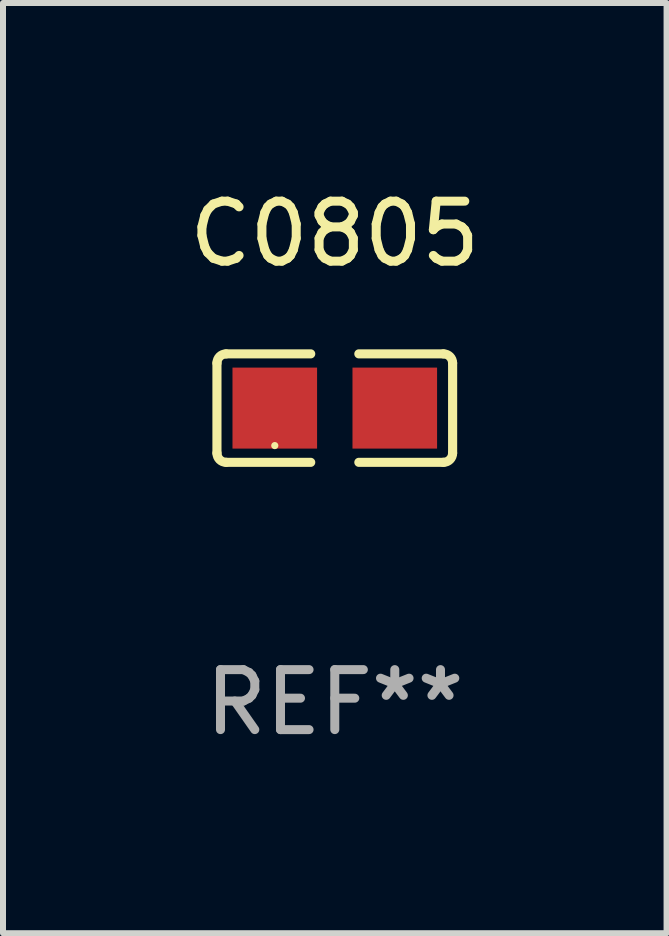
<source format=kicad_pcb>
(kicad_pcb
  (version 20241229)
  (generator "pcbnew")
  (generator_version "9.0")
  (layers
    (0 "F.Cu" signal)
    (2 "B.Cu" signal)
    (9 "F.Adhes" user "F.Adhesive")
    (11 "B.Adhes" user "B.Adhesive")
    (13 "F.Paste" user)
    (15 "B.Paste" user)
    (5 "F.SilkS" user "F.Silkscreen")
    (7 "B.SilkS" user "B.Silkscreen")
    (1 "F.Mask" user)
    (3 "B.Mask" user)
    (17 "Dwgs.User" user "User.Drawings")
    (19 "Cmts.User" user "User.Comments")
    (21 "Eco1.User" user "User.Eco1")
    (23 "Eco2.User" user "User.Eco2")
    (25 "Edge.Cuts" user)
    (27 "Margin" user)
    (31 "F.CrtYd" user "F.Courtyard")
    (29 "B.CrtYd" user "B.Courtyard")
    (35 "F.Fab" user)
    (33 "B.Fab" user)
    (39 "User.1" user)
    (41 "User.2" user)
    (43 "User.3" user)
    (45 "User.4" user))
  (footprint "C0805"
    (layer "F.Cu")
    (at 2.53 3.752)
    (property "Reference" "C0805" (at 0 -2.904 0) (layer "F.SilkS") (effects (font (size 1 1) (thickness 0.15))))
    (attr through_hole)
    (fp_line (start -1.964 0.751) (end -1.964 -0.751) (stroke (width 0.152) (type solid)) (layer "F.SilkS"))
    (fp_line (start -1.811 -0.904) (end -0.401 -0.904) (stroke (width 0.152) (type solid)) (layer "F.SilkS"))
    (fp_line (start -0.401 0.904) (end -1.811 0.904) (stroke (width 0.152) (type solid)) (layer "F.SilkS"))
    (fp_line (start 0.401 0.904) (end 1.811 0.904) (stroke (width 0.152) (type solid)) (layer "F.SilkS"))
    (fp_line (start 1.811 -0.904) (end 0.401 -0.904) (stroke (width 0.152) (type solid)) (layer "F.SilkS"))
    (fp_line (start 1.964 0.751) (end 1.964 -0.751) (stroke (width 0.152) (type solid)) (layer "F.SilkS"))
    (fp_arc (start -1.963602 -0.751207) (mid -1.918965 -0.858971) (end -1.811201 -0.903608) (stroke (width 0.1524) (type solid)) (layer "F.SilkS"))
    (fp_arc (start -1.811201 0.903607) (mid -1.918964 0.85897) (end -1.963601 0.751207) (stroke (width 0.1524) (type solid)) (layer "F.SilkS"))
    (fp_arc (start 1.811201 -0.903607) (mid 1.918964 -0.85897) (end 1.963601 -0.751207) (stroke (width 0.1524) (type solid)) (layer "F.SilkS"))
    (fp_arc (start 1.963602 0.751207) (mid 1.918965 0.858971) (end 1.811201 0.903608) (stroke (width 0.1524) (type solid)) (layer "F.SilkS"))
    (fp_circle (center -1 0.625) (end -0.97 0.625) (stroke (width 0.06) (type solid)) (fill no) (layer "F.SilkS"))
    (fp_text user "REF**" (at 0 4.904 0) (layer "F.Fab") (effects (font (size 1 1) (thickness 0.15))))
    (pad "1" smd rect (at -1 0) (size 1.41 1.35) (layers "F.Cu" "F.Mask" "F.Paste"))
    (pad "2" smd rect (at 1 0) (size 1.41 1.35) (layers "F.Cu" "F.Mask" "F.Paste")))
  (gr_rect
    (start -3 -3)
    (end 8.06 12.504)
    (stroke (width 0.1) (type default))
    (fill no)
    (layer "Edge.Cuts")))
</source>
